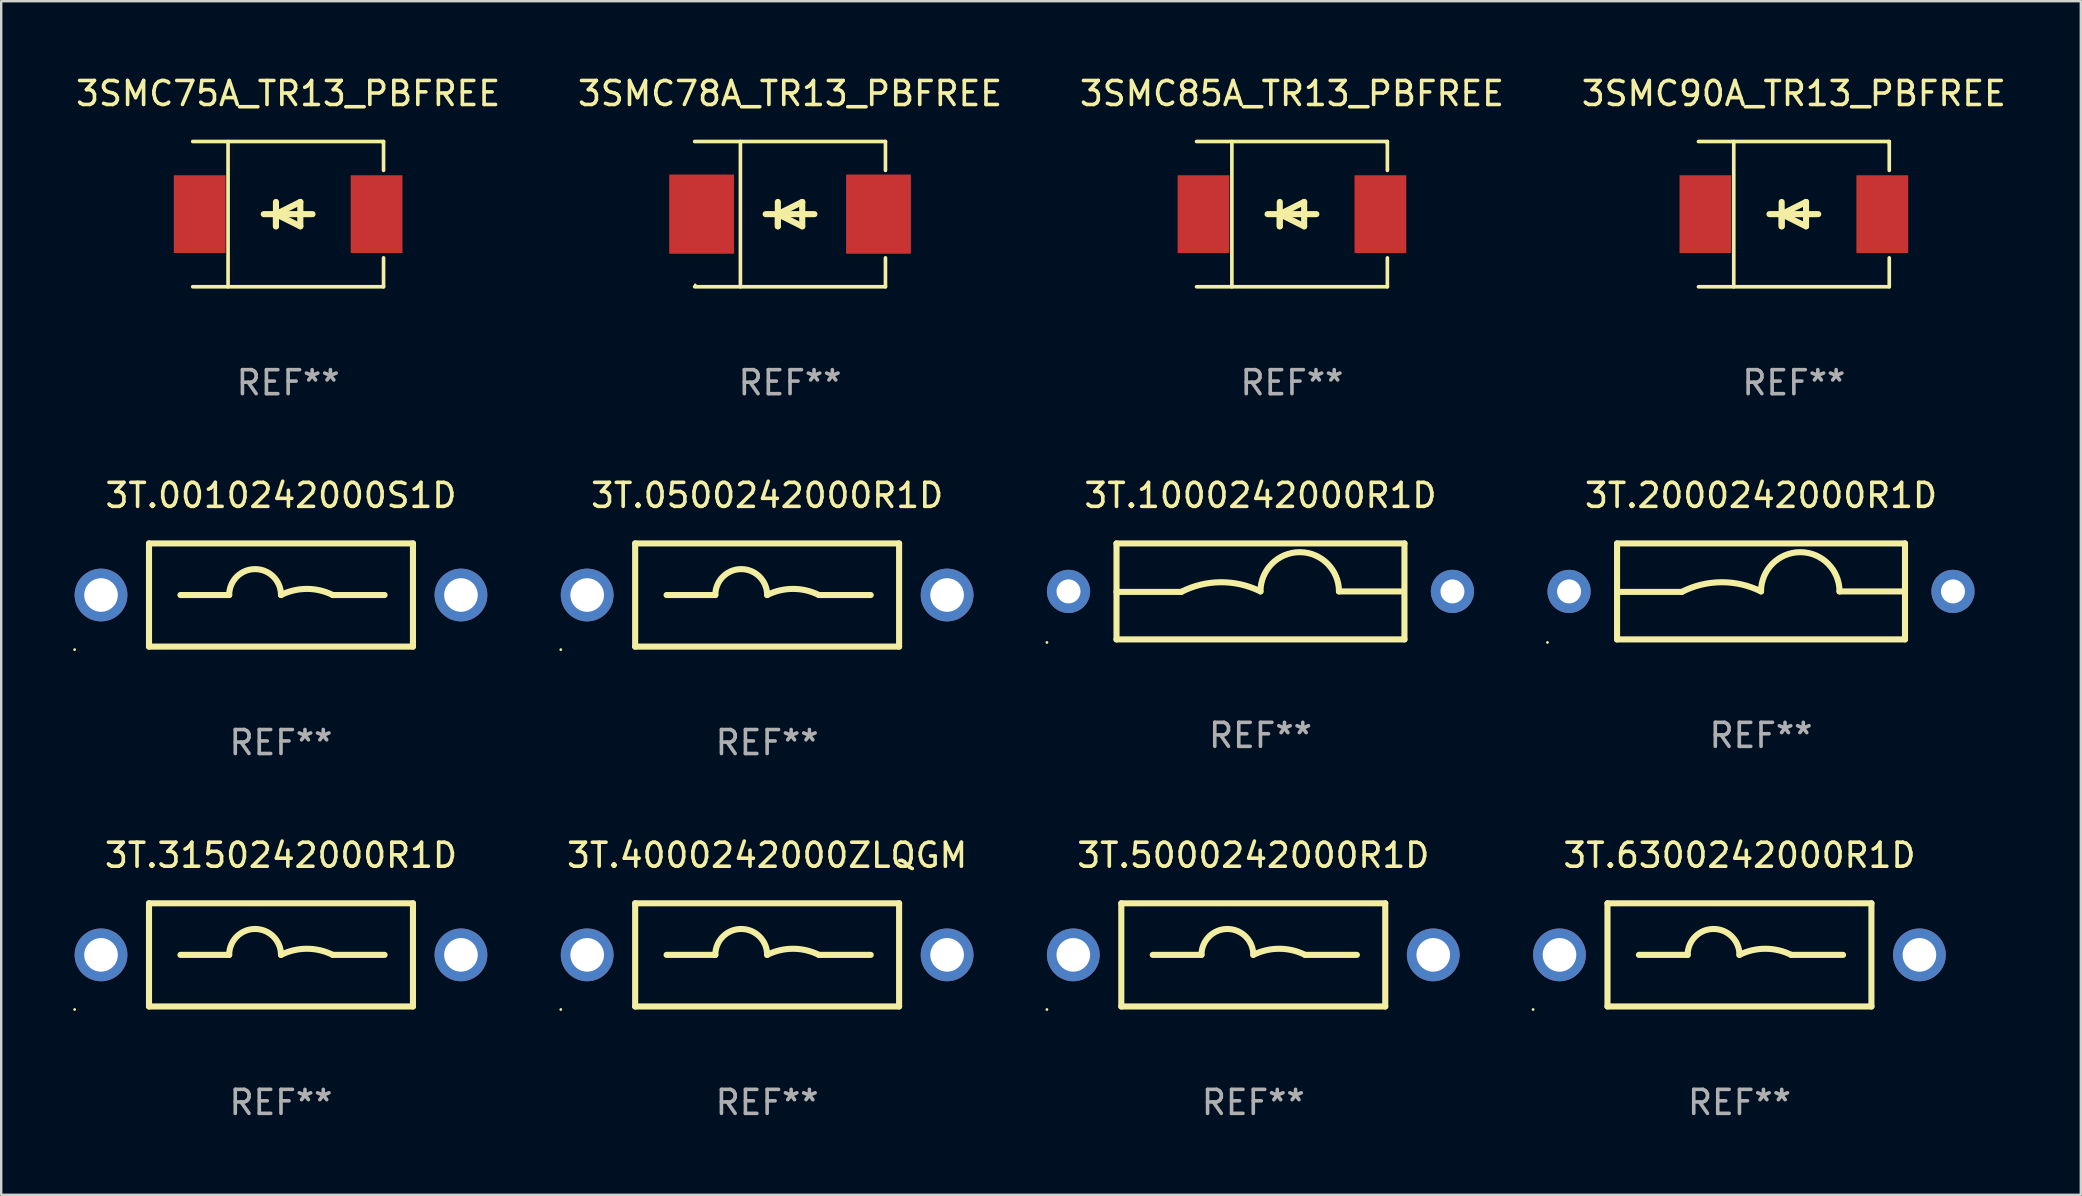
<source format=kicad_pcb>
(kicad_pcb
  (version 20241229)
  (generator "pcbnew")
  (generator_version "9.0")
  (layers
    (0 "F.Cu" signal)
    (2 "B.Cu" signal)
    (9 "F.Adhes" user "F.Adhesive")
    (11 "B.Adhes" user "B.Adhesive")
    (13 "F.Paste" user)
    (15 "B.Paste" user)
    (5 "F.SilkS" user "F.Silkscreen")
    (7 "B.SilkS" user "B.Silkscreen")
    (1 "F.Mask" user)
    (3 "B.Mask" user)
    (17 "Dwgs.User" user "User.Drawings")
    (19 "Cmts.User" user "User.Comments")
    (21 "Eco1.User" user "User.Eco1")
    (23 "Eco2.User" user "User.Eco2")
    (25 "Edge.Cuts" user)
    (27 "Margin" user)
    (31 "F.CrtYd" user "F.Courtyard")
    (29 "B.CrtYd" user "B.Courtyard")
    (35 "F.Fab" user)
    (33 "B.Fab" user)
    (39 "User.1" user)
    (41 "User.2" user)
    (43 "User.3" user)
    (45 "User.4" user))
  (footprint "3SMC85A_TR13_PBFREE"
    (layer "F.Cu")
    (at 50.792 5.874)
    (property "Reference" "3SMC85A_TR13_PBFREE" (at 0 -5.026 0) (layer "F.SilkS") (effects (font (size 1 1) (thickness 0.15))))
    (attr through_hole)
    (fp_line (start -3.976 -3.026) (end 3.976 -3.026) (stroke (width 0.152) (type solid)) (layer "F.SilkS"))
    (fp_line (start -3.976 3.026) (end 3.976 3.026) (stroke (width 0.152) (type solid)) (layer "F.SilkS"))
    (fp_line (start -2.504 -3.026) (end -2.504 3.026) (stroke (width 0.152) (type solid)) (layer "F.SilkS"))
    (fp_line (start -0.508 0) (end -0.508 0.508) (stroke (width 0.254) (type solid)) (layer "F.SilkS"))
    (fp_line (start -0.508 0) (end 0.508 0.508) (stroke (width 0.254) (type solid)) (layer "F.SilkS"))
    (fp_line (start -0.508 0.508) (end -0.508 -0.508) (stroke (width 0.254) (type solid)) (layer "F.SilkS"))
    (fp_line (start 0.508 -0.508) (end -0.508 0) (stroke (width 0.254) (type solid)) (layer "F.SilkS"))
    (fp_line (start 0.508 0.508) (end 0.508 -0.508) (stroke (width 0.254) (type solid)) (layer "F.SilkS"))
    (fp_line (start 1.016 0) (end -1.016 0) (stroke (width 0.254) (type solid)) (layer "F.SilkS"))
    (fp_line (start 3.976 -3.026) (end 3.976 -1.823) (stroke (width 0.152) (type solid)) (layer "F.SilkS"))
    (fp_line (start 3.976 3.026) (end 3.976 1.823) (stroke (width 0.152) (type solid)) (layer "F.SilkS"))
    (fp_circle (center 3.95 -2.95) (end 3.98 -2.95) (stroke (width 0.06) (type solid)) (fill no) (layer "F.SilkS"))
    (fp_text user "REF**" (at 0 7.026 0) (layer "F.Fab") (effects (font (size 1 1) (thickness 0.15))))
    (pad "1" smd rect (at 3.686 0 180) (size 2.158 3.24) (layers "F.Cu" "F.Mask" "F.Paste"))
    (pad "2" smd rect (at -3.686 0 180) (size 2.158 3.24) (layers "F.Cu" "F.Mask" "F.Paste")))
  (footprint "3T.6300242000R1D"
    (layer "F.Cu")
    (at 69.441 36.744)
    (property "Reference" "3T.6300242000R1D" (at 0 -4.15 0) (layer "F.SilkS") (effects (font (size 1 1) (thickness 0.15))))
    (attr through_hole)
    (fp_line (start -5.5 -2.15) (end -5.5 2.15) (stroke (width 0.254) (type solid)) (layer "F.SilkS"))
    (fp_line (start -5.5 -2.15) (end 5.5 -2.15) (stroke (width 0.254) (type solid)) (layer "F.SilkS"))
    (fp_line (start -5.5 2.15) (end 5.5 2.15) (stroke (width 0.254) (type solid)) (layer "F.SilkS"))
    (fp_line (start -2.159 0) (end -4.191 0) (stroke (width 0.254) (type solid)) (layer "F.SilkS"))
    (fp_line (start 2.159 0) (end 4.318 0) (stroke (width 0.254) (type solid)) (layer "F.SilkS"))
    (fp_line (start 5.5 -2.15) (end 5.5 2.15) (stroke (width 0.254) (type solid)) (layer "F.SilkS"))
    (fp_arc (start -2.159004 0) (mid -1.079502 -1.079502) (end 0 0) (stroke (width 0.254001) (type solid)) (layer "F.SilkS"))
    (fp_arc (start 0 0) (mid 1.079502 -0.254836) (end 2.159004 0) (stroke (width 0.254001) (type solid)) (layer "F.SilkS"))
    (fp_circle (center -8.6 2.277) (end -8.57 2.277) (stroke (width 0.06) (type solid)) (fill no) (layer "F.SilkS"))
    (fp_text user "REF**" (at 0 6.15 0) (layer "F.Fab") (effects (font (size 1 1) (thickness 0.15))))
    (pad "1" thru_hole circle (at -7.5 0) (size 2.2 2.2) (drill 1.4) (layers "*.Cu" "*.Mask"))
    (pad "2" thru_hole circle (at 7.5 0) (size 2.2 2.2) (drill 1.4) (layers "*.Cu" "*.Mask")))
  (footprint "3T.1000242000R1D"
    (layer "F.Cu")
    (at 49.48 21.597)
    (property "Reference" "3T.1000242000R1D" (at 0 -4 0) (layer "F.SilkS") (effects (font (size 1 1) (thickness 0.15))))
    (attr through_hole)
    (fp_line (start -6 -2) (end 6 -2) (stroke (width 0.254) (type solid)) (layer "F.SilkS"))
    (fp_line (start -6 0.02) (end -3.302 0.02) (stroke (width 0.254) (type solid)) (layer "F.SilkS"))
    (fp_line (start -6 2) (end -6 -2) (stroke (width 0.254) (type solid)) (layer "F.SilkS"))
    (fp_line (start 5.969 0) (end 3.271 0) (stroke (width 0.254) (type solid)) (layer "F.SilkS"))
    (fp_line (start 6 -2) (end 6 2) (stroke (width 0.254) (type solid)) (layer "F.SilkS"))
    (fp_line (start 6 2) (end -6 2) (stroke (width 0.254) (type solid)) (layer "F.SilkS"))
    (fp_arc (start -3.302007 0.020218) (mid -1.653409 -0.382715) (end 0 0) (stroke (width 0.254001) (type solid)) (layer "F.SilkS"))
    (fp_arc (start 0.000001 0) (mid 1.635497 -1.634823) (end 3.270993 0) (stroke (width 0.254001) (type solid)) (layer "F.SilkS"))
    (fp_circle (center -8.9 2.127) (end -8.87 2.127) (stroke (width 0.06) (type solid)) (fill no) (layer "F.SilkS"))
    (fp_text user "REF**" (at 0 6 0) (layer "F.Fab") (effects (font (size 1 1) (thickness 0.15))))
    (pad "1" thru_hole circle (at -8 0) (size 1.8 1.8) (drill 1) (layers "*.Cu" "*.Mask"))
    (pad "2" thru_hole circle (at 8 0) (size 1.8 1.8) (drill 1) (layers "*.Cu" "*.Mask")))
  (footprint "3SMC90A_TR13_PBFREE"
    (layer "F.Cu")
    (at 71.708 5.874)
    (property "Reference" "3SMC90A_TR13_PBFREE" (at 0 -5.026 0) (layer "F.SilkS") (effects (font (size 1 1) (thickness 0.15))))
    (attr through_hole)
    (fp_line (start -3.976 -3.026) (end 3.976 -3.026) (stroke (width 0.152) (type solid)) (layer "F.SilkS"))
    (fp_line (start -3.976 3.026) (end 3.976 3.026) (stroke (width 0.152) (type solid)) (layer "F.SilkS"))
    (fp_line (start -2.504 -3.026) (end -2.504 3.026) (stroke (width 0.152) (type solid)) (layer "F.SilkS"))
    (fp_line (start -0.508 0) (end -0.508 0.508) (stroke (width 0.254) (type solid)) (layer "F.SilkS"))
    (fp_line (start -0.508 0) (end 0.508 0.508) (stroke (width 0.254) (type solid)) (layer "F.SilkS"))
    (fp_line (start -0.508 0.508) (end -0.508 -0.508) (stroke (width 0.254) (type solid)) (layer "F.SilkS"))
    (fp_line (start 0.508 -0.508) (end -0.508 0) (stroke (width 0.254) (type solid)) (layer "F.SilkS"))
    (fp_line (start 0.508 0.508) (end 0.508 -0.508) (stroke (width 0.254) (type solid)) (layer "F.SilkS"))
    (fp_line (start 1.016 0) (end -1.016 0) (stroke (width 0.254) (type solid)) (layer "F.SilkS"))
    (fp_line (start 3.976 -3.026) (end 3.976 -1.823) (stroke (width 0.152) (type solid)) (layer "F.SilkS"))
    (fp_line (start 3.976 3.026) (end 3.976 1.823) (stroke (width 0.152) (type solid)) (layer "F.SilkS"))
    (fp_circle (center 3.95 -2.95) (end 3.98 -2.95) (stroke (width 0.06) (type solid)) (fill no) (layer "F.SilkS"))
    (fp_text user "REF**" (at 0 7.026 0) (layer "F.Fab") (effects (font (size 1 1) (thickness 0.15))))
    (pad "1" smd rect (at 3.686 0 180) (size 2.158 3.24) (layers "F.Cu" "F.Mask" "F.Paste"))
    (pad "2" smd rect (at -3.686 0 180) (size 2.158 3.24) (layers "F.Cu" "F.Mask" "F.Paste")))
  (footprint "3SMC75A_TR13_PBFREE"
    (layer "F.Cu")
    (at 8.958 5.874)
    (property "Reference" "3SMC75A_TR13_PBFREE" (at 0 -5.026 0) (layer "F.SilkS") (effects (font (size 1 1) (thickness 0.15))))
    (attr through_hole)
    (fp_line (start -3.976 -3.026) (end 3.976 -3.026) (stroke (width 0.152) (type solid)) (layer "F.SilkS"))
    (fp_line (start -3.976 3.026) (end 3.976 3.026) (stroke (width 0.152) (type solid)) (layer "F.SilkS"))
    (fp_line (start -2.504 -3.026) (end -2.504 3.026) (stroke (width 0.152) (type solid)) (layer "F.SilkS"))
    (fp_line (start -0.508 0) (end -0.508 0.508) (stroke (width 0.254) (type solid)) (layer "F.SilkS"))
    (fp_line (start -0.508 0) (end 0.508 0.508) (stroke (width 0.254) (type solid)) (layer "F.SilkS"))
    (fp_line (start -0.508 0.508) (end -0.508 -0.508) (stroke (width 0.254) (type solid)) (layer "F.SilkS"))
    (fp_line (start 0.508 -0.508) (end -0.508 0) (stroke (width 0.254) (type solid)) (layer "F.SilkS"))
    (fp_line (start 0.508 0.508) (end 0.508 -0.508) (stroke (width 0.254) (type solid)) (layer "F.SilkS"))
    (fp_line (start 1.016 0) (end -1.016 0) (stroke (width 0.254) (type solid)) (layer "F.SilkS"))
    (fp_line (start 3.976 -3.026) (end 3.976 -1.823) (stroke (width 0.152) (type solid)) (layer "F.SilkS"))
    (fp_line (start 3.976 3.026) (end 3.976 1.823) (stroke (width 0.152) (type solid)) (layer "F.SilkS"))
    (fp_circle (center 3.95 -2.95) (end 3.98 -2.95) (stroke (width 0.06) (type solid)) (fill no) (layer "F.SilkS"))
    (fp_text user "REF**" (at 0 7.026 0) (layer "F.Fab") (effects (font (size 1 1) (thickness 0.15))))
    (pad "1" smd rect (at 3.686 0 180) (size 2.158 3.24) (layers "F.Cu" "F.Mask" "F.Paste"))
    (pad "2" smd rect (at -3.686 0 180) (size 2.158 3.24) (layers "F.Cu" "F.Mask" "F.Paste")))
  (footprint "3T.0010242000S1D"
    (layer "F.Cu")
    (at 8.66 21.747)
    (property "Reference" "3T.0010242000S1D" (at 0 -4.15 0) (layer "F.SilkS") (effects (font (size 1 1) (thickness 0.15))))
    (attr through_hole)
    (fp_line (start -5.5 -2.15) (end -5.5 2.15) (stroke (width 0.254) (type solid)) (layer "F.SilkS"))
    (fp_line (start -5.5 -2.15) (end 5.5 -2.15) (stroke (width 0.254) (type solid)) (layer "F.SilkS"))
    (fp_line (start -5.5 2.15) (end 5.5 2.15) (stroke (width 0.254) (type solid)) (layer "F.SilkS"))
    (fp_line (start -2.159 0) (end -4.191 0) (stroke (width 0.254) (type solid)) (layer "F.SilkS"))
    (fp_line (start 2.159 0) (end 4.318 0) (stroke (width 0.254) (type solid)) (layer "F.SilkS"))
    (fp_line (start 5.5 -2.15) (end 5.5 2.15) (stroke (width 0.254) (type solid)) (layer "F.SilkS"))
    (fp_arc (start -2.159004 0) (mid -1.079502 -1.079502) (end 0 0) (stroke (width 0.254001) (type solid)) (layer "F.SilkS"))
    (fp_arc (start 0 0) (mid 1.079502 -0.254836) (end 2.159004 0) (stroke (width 0.254001) (type solid)) (layer "F.SilkS"))
    (fp_circle (center -8.6 2.277) (end -8.57 2.277) (stroke (width 0.06) (type solid)) (fill no) (layer "F.SilkS"))
    (fp_text user "REF**" (at 0 6.15 0) (layer "F.Fab") (effects (font (size 1 1) (thickness 0.15))))
    (pad "1" thru_hole circle (at -7.5 0) (size 2.2 2.2) (drill 1.4) (layers "*.Cu" "*.Mask"))
    (pad "2" thru_hole circle (at 7.5 0) (size 2.2 2.2) (drill 1.4) (layers "*.Cu" "*.Mask")))
  (footprint "3T.3150242000R1D"
    (layer "F.Cu")
    (at 8.66 36.744)
    (property "Reference" "3T.3150242000R1D" (at 0 -4.15 0) (layer "F.SilkS") (effects (font (size 1 1) (thickness 0.15))))
    (attr through_hole)
    (fp_line (start -5.5 -2.15) (end -5.5 2.15) (stroke (width 0.254) (type solid)) (layer "F.SilkS"))
    (fp_line (start -5.5 -2.15) (end 5.5 -2.15) (stroke (width 0.254) (type solid)) (layer "F.SilkS"))
    (fp_line (start -5.5 2.15) (end 5.5 2.15) (stroke (width 0.254) (type solid)) (layer "F.SilkS"))
    (fp_line (start -2.159 0) (end -4.191 0) (stroke (width 0.254) (type solid)) (layer "F.SilkS"))
    (fp_line (start 2.159 0) (end 4.318 0) (stroke (width 0.254) (type solid)) (layer "F.SilkS"))
    (fp_line (start 5.5 -2.15) (end 5.5 2.15) (stroke (width 0.254) (type solid)) (layer "F.SilkS"))
    (fp_arc (start -2.159004 0) (mid -1.079502 -1.079502) (end 0 0) (stroke (width 0.254001) (type solid)) (layer "F.SilkS"))
    (fp_arc (start 0 0) (mid 1.079502 -0.254836) (end 2.159004 0) (stroke (width 0.254001) (type solid)) (layer "F.SilkS"))
    (fp_circle (center -8.6 2.277) (end -8.57 2.277) (stroke (width 0.06) (type solid)) (fill no) (layer "F.SilkS"))
    (fp_text user "REF**" (at 0 6.15 0) (layer "F.Fab") (effects (font (size 1 1) (thickness 0.15))))
    (pad "1" thru_hole circle (at -7.5 0) (size 2.2 2.2) (drill 1.4) (layers "*.Cu" "*.Mask"))
    (pad "2" thru_hole circle (at 7.5 0) (size 2.2 2.2) (drill 1.4) (layers "*.Cu" "*.Mask")))
  (footprint "3T.0500242000R1D"
    (layer "F.Cu")
    (at 28.92 21.747)
    (property "Reference" "3T.0500242000R1D" (at 0 -4.15 0) (layer "F.SilkS") (effects (font (size 1 1) (thickness 0.15))))
    (attr through_hole)
    (fp_line (start -5.5 -2.15) (end -5.5 2.15) (stroke (width 0.254) (type solid)) (layer "F.SilkS"))
    (fp_line (start -5.5 -2.15) (end 5.5 -2.15) (stroke (width 0.254) (type solid)) (layer "F.SilkS"))
    (fp_line (start -5.5 2.15) (end 5.5 2.15) (stroke (width 0.254) (type solid)) (layer "F.SilkS"))
    (fp_line (start -2.159 0) (end -4.191 0) (stroke (width 0.254) (type solid)) (layer "F.SilkS"))
    (fp_line (start 2.159 0) (end 4.318 0) (stroke (width 0.254) (type solid)) (layer "F.SilkS"))
    (fp_line (start 5.5 -2.15) (end 5.5 2.15) (stroke (width 0.254) (type solid)) (layer "F.SilkS"))
    (fp_arc (start -2.159004 0) (mid -1.079502 -1.079502) (end 0 0) (stroke (width 0.254001) (type solid)) (layer "F.SilkS"))
    (fp_arc (start 0 0) (mid 1.079502 -0.254836) (end 2.159004 0) (stroke (width 0.254001) (type solid)) (layer "F.SilkS"))
    (fp_circle (center -8.6 2.277) (end -8.57 2.277) (stroke (width 0.06) (type solid)) (fill no) (layer "F.SilkS"))
    (fp_text user "REF**" (at 0 6.15 0) (layer "F.Fab") (effects (font (size 1 1) (thickness 0.15))))
    (pad "1" thru_hole circle (at -7.5 0) (size 2.2 2.2) (drill 1.4) (layers "*.Cu" "*.Mask"))
    (pad "2" thru_hole circle (at 7.5 0) (size 2.2 2.2) (drill 1.4) (layers "*.Cu" "*.Mask")))
  (footprint "3T.5000242000R1D"
    (layer "F.Cu")
    (at 49.18 36.744)
    (property "Reference" "3T.5000242000R1D" (at 0 -4.15 0) (layer "F.SilkS") (effects (font (size 1 1) (thickness 0.15))))
    (attr through_hole)
    (fp_line (start -5.5 -2.15) (end -5.5 2.15) (stroke (width 0.254) (type solid)) (layer "F.SilkS"))
    (fp_line (start -5.5 -2.15) (end 5.5 -2.15) (stroke (width 0.254) (type solid)) (layer "F.SilkS"))
    (fp_line (start -5.5 2.15) (end 5.5 2.15) (stroke (width 0.254) (type solid)) (layer "F.SilkS"))
    (fp_line (start -2.159 0) (end -4.191 0) (stroke (width 0.254) (type solid)) (layer "F.SilkS"))
    (fp_line (start 2.159 0) (end 4.318 0) (stroke (width 0.254) (type solid)) (layer "F.SilkS"))
    (fp_line (start 5.5 -2.15) (end 5.5 2.15) (stroke (width 0.254) (type solid)) (layer "F.SilkS"))
    (fp_arc (start -2.159004 0) (mid -1.079502 -1.079502) (end 0 0) (stroke (width 0.254001) (type solid)) (layer "F.SilkS"))
    (fp_arc (start 0 0) (mid 1.079502 -0.254836) (end 2.159004 0) (stroke (width 0.254001) (type solid)) (layer "F.SilkS"))
    (fp_circle (center -8.6 2.277) (end -8.57 2.277) (stroke (width 0.06) (type solid)) (fill no) (layer "F.SilkS"))
    (fp_text user "REF**" (at 0 6.15 0) (layer "F.Fab") (effects (font (size 1 1) (thickness 0.15))))
    (pad "1" thru_hole circle (at -7.5 0) (size 2.2 2.2) (drill 1.4) (layers "*.Cu" "*.Mask"))
    (pad "2" thru_hole circle (at 7.5 0) (size 2.2 2.2) (drill 1.4) (layers "*.Cu" "*.Mask")))
  (footprint "3T.4000242000ZLQGM"
    (layer "F.Cu")
    (at 28.92 36.744)
    (property "Reference" "3T.4000242000ZLQGM" (at 0 -4.15 0) (layer "F.SilkS") (effects (font (size 1 1) (thickness 0.15))))
    (attr through_hole)
    (fp_line (start -5.5 -2.15) (end -5.5 2.15) (stroke (width 0.254) (type solid)) (layer "F.SilkS"))
    (fp_line (start -5.5 -2.15) (end 5.5 -2.15) (stroke (width 0.254) (type solid)) (layer "F.SilkS"))
    (fp_line (start -5.5 2.15) (end 5.5 2.15) (stroke (width 0.254) (type solid)) (layer "F.SilkS"))
    (fp_line (start -2.159 0) (end -4.191 0) (stroke (width 0.254) (type solid)) (layer "F.SilkS"))
    (fp_line (start 2.159 0) (end 4.318 0) (stroke (width 0.254) (type solid)) (layer "F.SilkS"))
    (fp_line (start 5.5 -2.15) (end 5.5 2.15) (stroke (width 0.254) (type solid)) (layer "F.SilkS"))
    (fp_arc (start -2.159004 0) (mid -1.079502 -1.079502) (end 0 0) (stroke (width 0.254001) (type solid)) (layer "F.SilkS"))
    (fp_arc (start 0 0) (mid 1.079502 -0.254836) (end 2.159004 0) (stroke (width 0.254001) (type solid)) (layer "F.SilkS"))
    (fp_circle (center -8.6 2.277) (end -8.57 2.277) (stroke (width 0.06) (type solid)) (fill no) (layer "F.SilkS"))
    (fp_text user "REF**" (at 0 6.15 0) (layer "F.Fab") (effects (font (size 1 1) (thickness 0.15))))
    (pad "1" thru_hole circle (at -7.5 0) (size 2.2 2.2) (drill 1.4) (layers "*.Cu" "*.Mask"))
    (pad "2" thru_hole circle (at 7.5 0) (size 2.2 2.2) (drill 1.4) (layers "*.Cu" "*.Mask")))
  (footprint "3T.2000242000R1D"
    (layer "F.Cu")
    (at 70.34 21.597)
    (property "Reference" "3T.2000242000R1D" (at 0 -4 0) (layer "F.SilkS") (effects (font (size 1 1) (thickness 0.15))))
    (attr through_hole)
    (fp_line (start -6 -2) (end 6 -2) (stroke (width 0.254) (type solid)) (layer "F.SilkS"))
    (fp_line (start -6 0.02) (end -3.302 0.02) (stroke (width 0.254) (type solid)) (layer "F.SilkS"))
    (fp_line (start -6 2) (end -6 -2) (stroke (width 0.254) (type solid)) (layer "F.SilkS"))
    (fp_line (start 5.969 0) (end 3.271 0) (stroke (width 0.254) (type solid)) (layer "F.SilkS"))
    (fp_line (start 6 -2) (end 6 2) (stroke (width 0.254) (type solid)) (layer "F.SilkS"))
    (fp_line (start 6 2) (end -6 2) (stroke (width 0.254) (type solid)) (layer "F.SilkS"))
    (fp_arc (start -3.302007 0.020218) (mid -1.653409 -0.382715) (end 0 0) (stroke (width 0.254001) (type solid)) (layer "F.SilkS"))
    (fp_arc (start 0.000001 0) (mid 1.635497 -1.634823) (end 3.270993 0) (stroke (width 0.254001) (type solid)) (layer "F.SilkS"))
    (fp_circle (center -8.9 2.127) (end -8.87 2.127) (stroke (width 0.06) (type solid)) (fill no) (layer "F.SilkS"))
    (fp_text user "REF**" (at 0 6 0) (layer "F.Fab") (effects (font (size 1 1) (thickness 0.15))))
    (pad "1" thru_hole circle (at -8 0) (size 1.8 1.8) (drill 1) (layers "*.Cu" "*.Mask"))
    (pad "2" thru_hole circle (at 8 0) (size 1.8 1.8) (drill 1) (layers "*.Cu" "*.Mask")))
  (footprint "3SMC78A_TR13_PBFREE"
    (layer "F.Cu")
    (at 29.875 5.874)
    (property "Reference" "3SMC78A_TR13_PBFREE" (at 0 -5.026 0) (layer "F.SilkS") (effects (font (size 1 1) (thickness 0.15))))
    (attr through_hole)
    (fp_line (start -3.976 -3.026) (end 3.976 -3.026) (stroke (width 0.152) (type solid)) (layer "F.SilkS"))
    (fp_line (start -3.976 3.026) (end 3.976 3.026) (stroke (width 0.152) (type solid)) (layer "F.SilkS"))
    (fp_line (start -2.069 -3.026) (end -2.069 3.026) (stroke (width 0.152) (type solid)) (layer "F.SilkS"))
    (fp_line (start -0.508 0) (end -0.508 0.508) (stroke (width 0.254) (type solid)) (layer "F.SilkS"))
    (fp_line (start -0.508 0) (end 0.508 0.508) (stroke (width 0.254) (type solid)) (layer "F.SilkS"))
    (fp_line (start -0.508 0.508) (end -0.508 -0.508) (stroke (width 0.254) (type solid)) (layer "F.SilkS"))
    (fp_line (start 0.508 -0.508) (end -0.508 0) (stroke (width 0.254) (type solid)) (layer "F.SilkS"))
    (fp_line (start 0.508 0.508) (end 0.508 -0.508) (stroke (width 0.254) (type solid)) (layer "F.SilkS"))
    (fp_line (start 1.016 0) (end -1.016 0) (stroke (width 0.254) (type solid)) (layer "F.SilkS"))
    (fp_line (start 3.976 -3.026) (end 3.976 -1.823) (stroke (width 0.152) (type solid)) (layer "F.SilkS"))
    (fp_line (start 3.976 3.026) (end 3.976 1.823) (stroke (width 0.152) (type solid)) (layer "F.SilkS"))
    (fp_circle (center -3.95 2.95) (end -3.92 2.95) (stroke (width 0.06) (type solid)) (fill no) (layer "F.SilkS"))
    (fp_text user "REF**" (at 0 7.026 0) (layer "F.Fab") (effects (font (size 1 1) (thickness 0.15))))
    (pad "1" smd rect (at -3.686 0) (size 2.7 3.3) (layers "F.Cu" "F.Mask" "F.Paste"))
    (pad "2" smd rect (at 3.686 0) (size 2.7 3.3) (layers "F.Cu" "F.Mask" "F.Paste")))
  (gr_rect
    (start -3 -3)
    (end 83.667 46.742)
    (stroke (width 0.1) (type default))
    (fill no)
    (layer "Edge.Cuts")))
</source>
